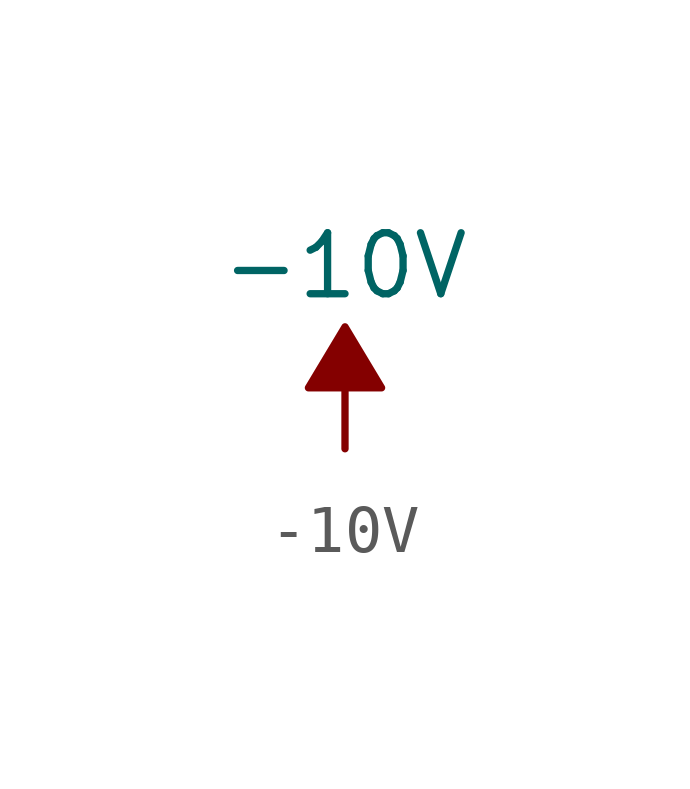
<source format=kicad_sym>
(kicad_symbol_lib
  (version 20220914)
  (generator kicad_symbol_editor)
  (symbol "-10V"
    (power)
    (pin_names
      (offset 0))
    (property "Reference" "#PWR"
      (at 0 2.54 0)
      (effects (font (size 1.27 1.27)) hide))
    (property "Value" "-10V"
      (at 0 3.81 0)
      (effects (font (size 1.27 1.27))))
    (symbol "-10V_0_0"
      (pin power_in line (at 0 0 90) (length 0) hide (name "-10V" (effects (font (size 1.27 1.27)))) (number "1" (effects (font (size 1.27 1.27))))))
    (symbol "-10V_0_1"
      (polyline (pts (xy 0 0) (xy 0 1.27) (xy 0.762 1.27) (xy 0 2.54) (xy -0.762 1.27) (xy 0 1.27)) (stroke (width 0) (type default)) (fill (type outline))))))
</source>
